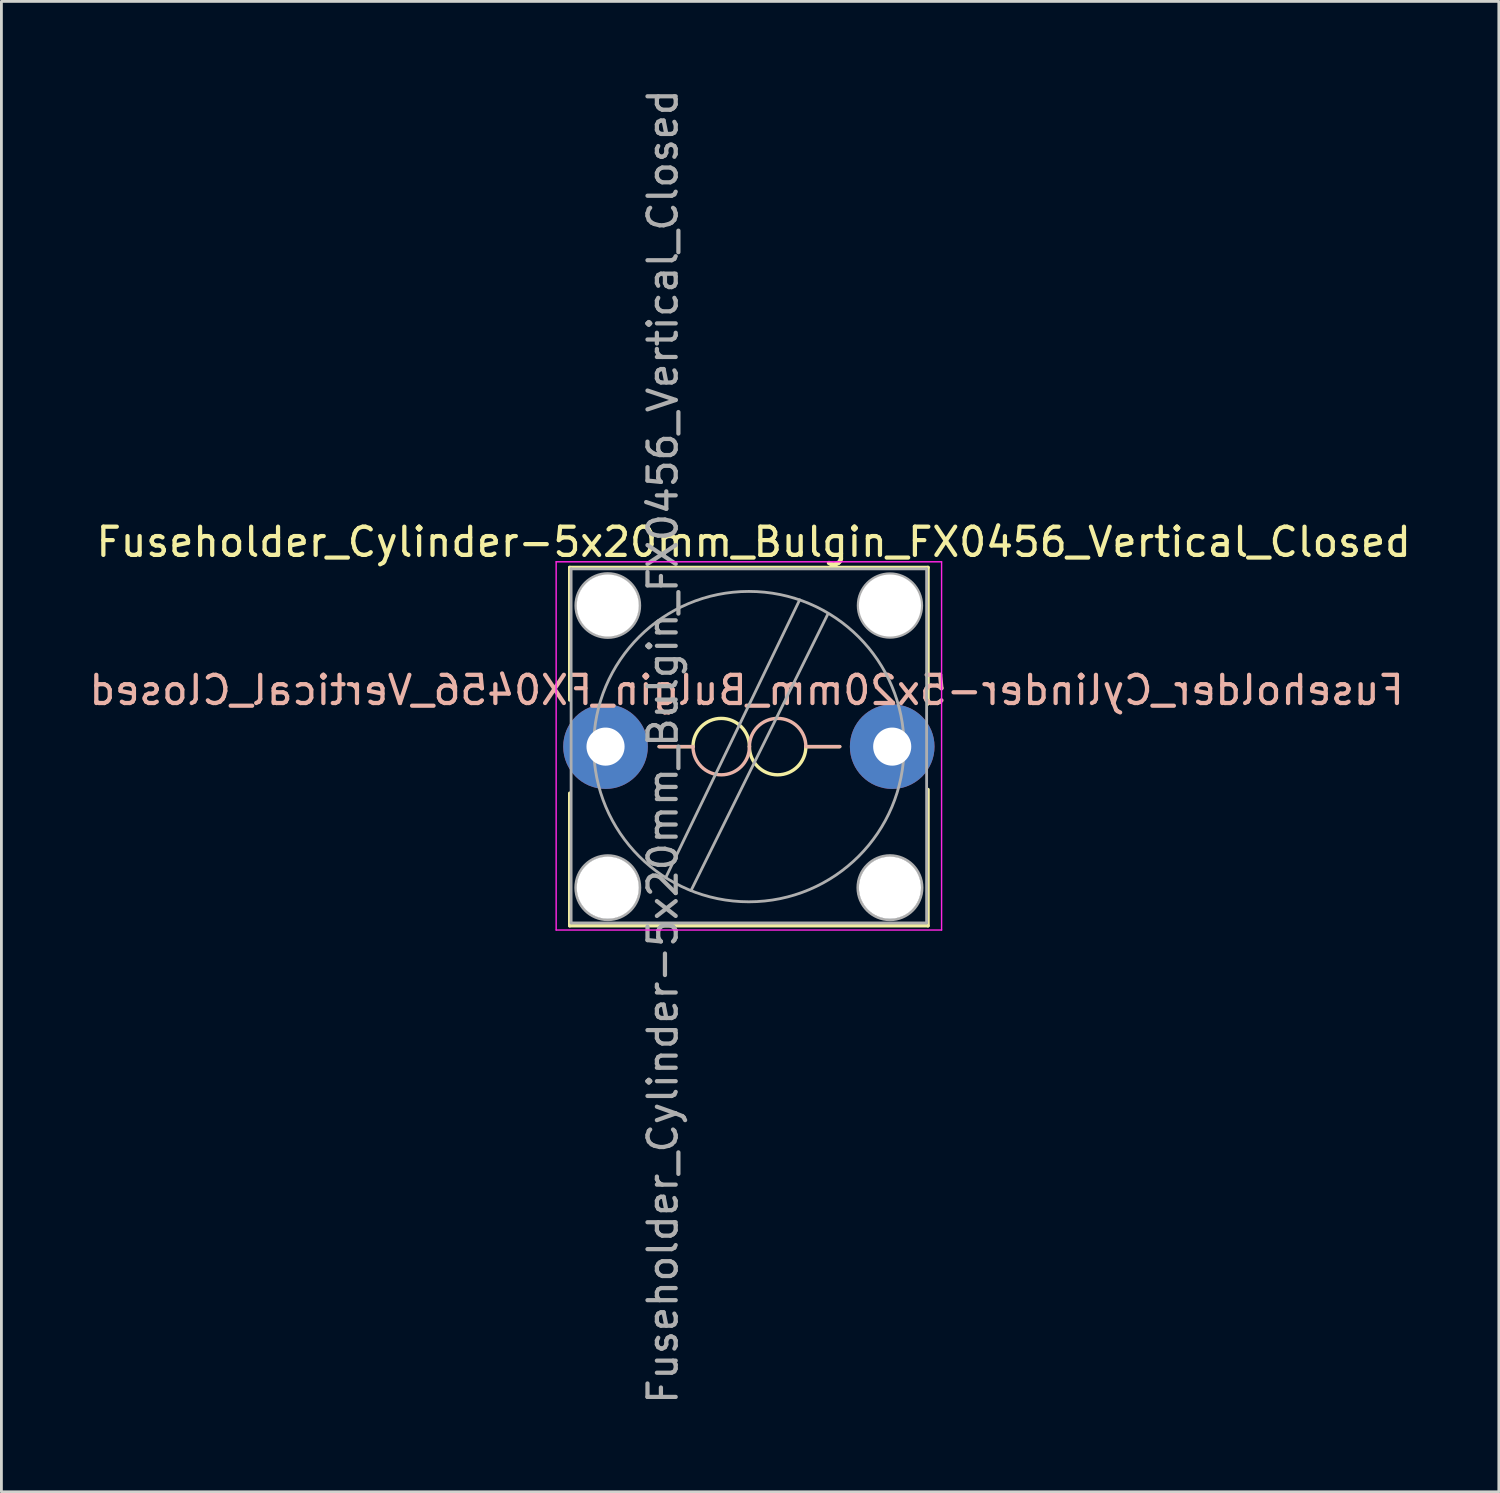
<source format=kicad_pcb>
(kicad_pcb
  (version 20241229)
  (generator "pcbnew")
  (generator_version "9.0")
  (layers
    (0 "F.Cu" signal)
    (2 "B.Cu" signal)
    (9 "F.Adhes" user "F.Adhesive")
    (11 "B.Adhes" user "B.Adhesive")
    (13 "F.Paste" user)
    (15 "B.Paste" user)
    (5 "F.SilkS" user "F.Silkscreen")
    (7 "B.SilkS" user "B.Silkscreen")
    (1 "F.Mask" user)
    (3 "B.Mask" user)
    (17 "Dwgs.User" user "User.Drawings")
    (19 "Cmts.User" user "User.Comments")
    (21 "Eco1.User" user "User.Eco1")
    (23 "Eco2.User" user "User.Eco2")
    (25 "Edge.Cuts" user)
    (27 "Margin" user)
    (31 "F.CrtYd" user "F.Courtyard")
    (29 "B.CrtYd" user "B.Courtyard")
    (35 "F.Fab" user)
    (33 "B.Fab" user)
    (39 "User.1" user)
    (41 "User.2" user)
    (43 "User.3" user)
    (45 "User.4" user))
  (footprint "Fuseholder_Cylinder-5x20mm_Bulgin_FX0456_Vertical_Closed"
    (layer "F.Cu")
    (at 18.411 23.411)
    (property "Reference" "Fuseholder_Cylinder-5x20mm_Bulgin_FX0456_Vertical_Closed" (at 5.25 -7.25 0) (layer "F.SilkS") (effects (font (size 1 1) (thickness 0.15))))
    (fp_line (start -1.27 -6.35) (end -1.27 -1.65) (stroke (width 0.12) (type solid)) (layer "F.SilkS"))
    (fp_line (start -1.27 6.35) (end -1.27 1.65) (stroke (width 0.12) (type solid)) (layer "F.SilkS"))
    (fp_line (start -1.27 6.35) (end 11.43 6.35) (stroke (width 0.12) (type solid)) (layer "F.SilkS"))
    (fp_line (start 3.1 0) (end 1.9 0) (stroke (width 0.12) (type solid)) (layer "F.SilkS"))
    (fp_line (start 8.3 0) (end 7.1 0) (stroke (width 0.12) (type solid)) (layer "F.SilkS"))
    (fp_line (start 11.43 -6.35) (end -1.27 -6.35) (stroke (width 0.12) (type solid)) (layer "F.SilkS"))
    (fp_line (start 11.43 -6.35) (end 11.43 -1.52) (stroke (width 0.12) (type solid)) (layer "F.SilkS"))
    (fp_line (start 11.43 -1.52) (end 11.43 -1.65) (stroke (width 0.12) (type solid)) (layer "F.SilkS"))
    (fp_line (start 11.43 6.35) (end 11.43 1.52) (stroke (width 0.12) (type solid)) (layer "F.SilkS"))
    (fp_arc (start 3.1 0) (mid 4.1 -1) (end 5.1 0) (stroke (width 0.12) (type solid)) (layer "F.SilkS"))
    (fp_arc (start 7.1 0) (mid 6.1 1) (end 5.1 0) (stroke (width 0.12) (type solid)) (layer "F.SilkS"))
    (fp_line (start 3.1 0) (end 1.9 0) (stroke (width 0.12) (type solid)) (layer "B.SilkS"))
    (fp_line (start 8.3 0) (end 7.1 0) (stroke (width 0.12) (type solid)) (layer "B.SilkS"))
    (fp_arc (start 5.1 0) (mid 4.1 1) (end 3.1 0) (stroke (width 0.12) (type solid)) (layer "B.SilkS"))
    (fp_arc (start 5.1 0) (mid 6.1 -1) (end 7.1 0) (stroke (width 0.12) (type solid)) (layer "B.SilkS"))
    (fp_line (start -1.75 -6.55) (end -1.75 6.5) (stroke (width 0.05) (type solid)) (layer "F.CrtYd"))
    (fp_line (start -1.75 -6.55) (end 11.91 -6.55) (stroke (width 0.05) (type solid)) (layer "F.CrtYd"))
    (fp_line (start 11.91 6.5) (end -1.75 6.5) (stroke (width 0.05) (type solid)) (layer "F.CrtYd"))
    (fp_line (start 11.91 6.5) (end 11.91 -6.55) (stroke (width 0.05) (type solid)) (layer "F.CrtYd"))
    (fp_line (start -1.22 -6.3) (end -1.22 6.25) (stroke (width 0.1) (type solid)) (layer "F.Fab"))
    (fp_line (start -1.22 6.25) (end 11.38 6.25) (stroke (width 0.1) (type solid)) (layer "F.Fab"))
    (fp_line (start 3.03 5.1) (end 7.88 -4.7) (stroke (width 0.1) (type solid)) (layer "F.Fab"))
    (fp_line (start 6.88 -5.2) (end 2.13 4.65) (stroke (width 0.1) (type solid)) (layer "F.Fab"))
    (fp_line (start 11.38 -6.3) (end -1.22 -6.3) (stroke (width 0.1) (type solid)) (layer "F.Fab"))
    (fp_line (start 11.38 6.25) (end 11.38 -6.3) (stroke (width 0.1) (type solid)) (layer "F.Fab"))
    (fp_circle (center 0.08 -5) (end 0.48 -3.94) (stroke (width 0.1) (type solid)) (fill no) (layer "F.Fab"))
    (fp_circle (center 0.08 5) (end 0.58 6.02) (stroke (width 0.1) (type solid)) (fill no) (layer "F.Fab"))
    (fp_circle (center 5.08 0) (end 5.13 5.5) (stroke (width 0.1) (type solid)) (fill no) (layer "F.Fab"))
    (fp_circle (center 10.08 -5) (end 10.46 -3.94) (stroke (width 0.1) (type solid)) (fill no) (layer "F.Fab"))
    (fp_circle (center 10.08 5) (end 10.64 5.99) (stroke (width 0.1) (type solid)) (fill no) (layer "F.Fab"))
    (fp_text user "${REFERENCE}" (at 5 -2 0) (layer "B.SilkS") (effects (font (size 1 1) (thickness 0.15)) (justify mirror)))
    (fp_text user "${REFERENCE}" (at 2.032 0 270) (layer "F.Fab") (effects (font (size 1 1) (thickness 0.15))))
    (pad "" np_thru_hole circle (at 0.08 -5) (size 2.2 2.2) (drill 2.2) (layers "*.Cu" "*.Mask"))
    (pad "" np_thru_hole circle (at 0.08 5) (size 2.2 2.2) (drill 2.2) (layers "*.Cu" "*.Mask"))
    (pad "" np_thru_hole circle (at 10.08 -5) (size 2.2 2.2) (drill 2.2) (layers "*.Cu" "*.Mask"))
    (pad "" np_thru_hole circle (at 10.08 5) (size 2.2 2.2) (drill 2.2) (layers "*.Cu" "*.Mask"))
    (pad "1" thru_hole circle (at 0 0) (size 3 3) (drill 1.35) (layers "*.Cu" "*.Mask"))
    (pad "2" thru_hole circle (at 10.16 0) (size 3 3) (drill 1.35) (layers "*.Cu" "*.Mask")))
  (gr_rect
    (start -3 -3)
    (end 50.071 49.821)
    (stroke (width 0.1) (type default))
    (fill no)
    (layer "Edge.Cuts")))
</source>
